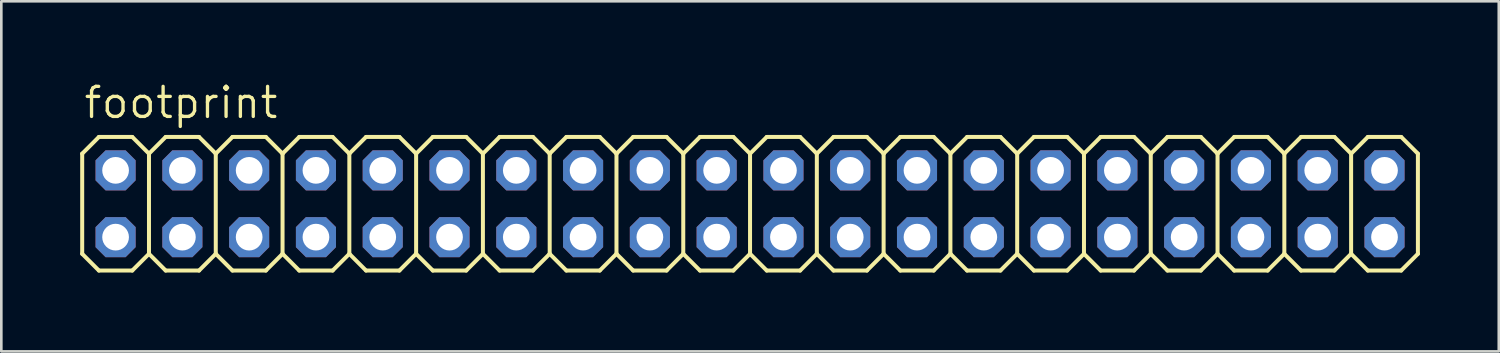
<source format=kicad_pcb>
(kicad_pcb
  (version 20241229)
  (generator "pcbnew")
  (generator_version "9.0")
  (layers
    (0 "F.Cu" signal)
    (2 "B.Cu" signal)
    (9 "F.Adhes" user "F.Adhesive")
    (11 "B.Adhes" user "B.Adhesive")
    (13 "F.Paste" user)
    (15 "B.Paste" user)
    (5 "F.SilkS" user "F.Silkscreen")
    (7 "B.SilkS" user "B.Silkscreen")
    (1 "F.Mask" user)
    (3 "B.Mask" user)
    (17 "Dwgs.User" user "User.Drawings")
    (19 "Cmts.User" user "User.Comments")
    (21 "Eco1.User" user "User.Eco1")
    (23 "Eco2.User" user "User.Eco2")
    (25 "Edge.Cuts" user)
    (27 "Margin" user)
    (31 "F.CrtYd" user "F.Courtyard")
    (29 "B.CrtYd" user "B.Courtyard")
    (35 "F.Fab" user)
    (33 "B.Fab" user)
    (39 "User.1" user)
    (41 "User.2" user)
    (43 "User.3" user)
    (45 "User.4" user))
  (footprint "footprint"
    (layer "F.Cu")
    (at 25.476 4.699)
    (property "Reference" "footprint" (at -25.4 -3.175 0) (layer "F.SilkS") (effects (font (size 1.143 1.143) (thickness 0.127)) (justify left bottom)))
    (fp_line (start -25.4 -1.905) (end -24.765 -2.54) (stroke (width 0.152) (type solid)) (layer "F.SilkS"))
    (fp_line (start -25.4 1.905) (end -25.4 -1.905) (stroke (width 0.152) (type solid)) (layer "F.SilkS"))
    (fp_line (start -25.4 1.905) (end -24.765 2.54) (stroke (width 0.152) (type solid)) (layer "F.SilkS"))
    (fp_line (start -24.765 -2.54) (end -23.495 -2.54) (stroke (width 0.152) (type solid)) (layer "F.SilkS"))
    (fp_line (start -24.765 2.54) (end -23.495 2.54) (stroke (width 0.152) (type solid)) (layer "F.SilkS"))
    (fp_line (start -23.495 -2.54) (end -22.86 -1.905) (stroke (width 0.152) (type solid)) (layer "F.SilkS"))
    (fp_line (start -23.495 2.54) (end -22.86 1.905) (stroke (width 0.152) (type solid)) (layer "F.SilkS"))
    (fp_line (start -22.86 -1.905) (end -22.86 1.905) (stroke (width 0.152) (type solid)) (layer "F.SilkS"))
    (fp_line (start -22.86 -1.905) (end -22.225 -2.54) (stroke (width 0.152) (type solid)) (layer "F.SilkS"))
    (fp_line (start -22.86 1.905) (end -22.225 2.54) (stroke (width 0.152) (type solid)) (layer "F.SilkS"))
    (fp_line (start -22.225 -2.54) (end -20.955 -2.54) (stroke (width 0.152) (type solid)) (layer "F.SilkS"))
    (fp_line (start -22.225 2.54) (end -20.955 2.54) (stroke (width 0.152) (type solid)) (layer "F.SilkS"))
    (fp_line (start -20.955 -2.54) (end -20.32 -1.905) (stroke (width 0.152) (type solid)) (layer "F.SilkS"))
    (fp_line (start -20.955 2.54) (end -20.32 1.905) (stroke (width 0.152) (type solid)) (layer "F.SilkS"))
    (fp_line (start -20.32 -1.905) (end -20.32 1.905) (stroke (width 0.152) (type solid)) (layer "F.SilkS"))
    (fp_line (start -20.32 -1.905) (end -19.685 -2.54) (stroke (width 0.152) (type solid)) (layer "F.SilkS"))
    (fp_line (start -20.32 1.905) (end -19.685 2.54) (stroke (width 0.152) (type solid)) (layer "F.SilkS"))
    (fp_line (start -19.685 -2.54) (end -18.415 -2.54) (stroke (width 0.152) (type solid)) (layer "F.SilkS"))
    (fp_line (start -19.685 2.54) (end -18.415 2.54) (stroke (width 0.152) (type solid)) (layer "F.SilkS"))
    (fp_line (start -18.415 -2.54) (end -17.78 -1.905) (stroke (width 0.152) (type solid)) (layer "F.SilkS"))
    (fp_line (start -18.415 2.54) (end -17.78 1.905) (stroke (width 0.152) (type solid)) (layer "F.SilkS"))
    (fp_line (start -17.78 -1.905) (end -17.78 1.905) (stroke (width 0.152) (type solid)) (layer "F.SilkS"))
    (fp_line (start -17.78 -1.905) (end -17.145 -2.54) (stroke (width 0.152) (type solid)) (layer "F.SilkS"))
    (fp_line (start -17.78 1.905) (end -17.145 2.54) (stroke (width 0.152) (type solid)) (layer "F.SilkS"))
    (fp_line (start -17.145 -2.54) (end -15.875 -2.54) (stroke (width 0.152) (type solid)) (layer "F.SilkS"))
    (fp_line (start -17.145 2.54) (end -15.875 2.54) (stroke (width 0.152) (type solid)) (layer "F.SilkS"))
    (fp_line (start -15.875 -2.54) (end -15.24 -1.905) (stroke (width 0.152) (type solid)) (layer "F.SilkS"))
    (fp_line (start -15.875 2.54) (end -15.24 1.905) (stroke (width 0.152) (type solid)) (layer "F.SilkS"))
    (fp_line (start -15.24 -1.905) (end -15.24 1.905) (stroke (width 0.152) (type solid)) (layer "F.SilkS"))
    (fp_line (start -15.24 -1.905) (end -14.605 -2.54) (stroke (width 0.152) (type solid)) (layer "F.SilkS"))
    (fp_line (start -15.24 1.905) (end -14.605 2.54) (stroke (width 0.152) (type solid)) (layer "F.SilkS"))
    (fp_line (start -14.605 -2.54) (end -13.335 -2.54) (stroke (width 0.152) (type solid)) (layer "F.SilkS"))
    (fp_line (start -14.605 2.54) (end -13.335 2.54) (stroke (width 0.152) (type solid)) (layer "F.SilkS"))
    (fp_line (start -13.335 -2.54) (end -12.7 -1.905) (stroke (width 0.152) (type solid)) (layer "F.SilkS"))
    (fp_line (start -13.335 2.54) (end -12.7 1.905) (stroke (width 0.152) (type solid)) (layer "F.SilkS"))
    (fp_line (start -12.7 -1.905) (end -12.7 1.905) (stroke (width 0.152) (type solid)) (layer "F.SilkS"))
    (fp_line (start -12.7 -1.905) (end -12.065 -2.54) (stroke (width 0.152) (type solid)) (layer "F.SilkS"))
    (fp_line (start -12.7 1.905) (end -12.065 2.54) (stroke (width 0.152) (type solid)) (layer "F.SilkS"))
    (fp_line (start -12.065 -2.54) (end -10.795 -2.54) (stroke (width 0.152) (type solid)) (layer "F.SilkS"))
    (fp_line (start -12.065 2.54) (end -10.795 2.54) (stroke (width 0.152) (type solid)) (layer "F.SilkS"))
    (fp_line (start -10.795 -2.54) (end -10.16 -1.905) (stroke (width 0.152) (type solid)) (layer "F.SilkS"))
    (fp_line (start -10.795 2.54) (end -10.16 1.905) (stroke (width 0.152) (type solid)) (layer "F.SilkS"))
    (fp_line (start -10.16 -1.905) (end -10.16 1.905) (stroke (width 0.152) (type solid)) (layer "F.SilkS"))
    (fp_line (start -10.16 -1.905) (end -9.525 -2.54) (stroke (width 0.152) (type solid)) (layer "F.SilkS"))
    (fp_line (start -10.16 1.905) (end -9.525 2.54) (stroke (width 0.152) (type solid)) (layer "F.SilkS"))
    (fp_line (start -9.525 -2.54) (end -8.255 -2.54) (stroke (width 0.152) (type solid)) (layer "F.SilkS"))
    (fp_line (start -8.255 -2.54) (end -7.62 -1.905) (stroke (width 0.152) (type solid)) (layer "F.SilkS"))
    (fp_line (start -8.255 2.54) (end -9.525 2.54) (stroke (width 0.152) (type solid)) (layer "F.SilkS"))
    (fp_line (start -7.62 -1.905) (end -7.62 1.905) (stroke (width 0.152) (type solid)) (layer "F.SilkS"))
    (fp_line (start -7.62 -1.905) (end -6.985 -2.54) (stroke (width 0.152) (type solid)) (layer "F.SilkS"))
    (fp_line (start -7.62 1.905) (end -8.255 2.54) (stroke (width 0.152) (type solid)) (layer "F.SilkS"))
    (fp_line (start -7.62 1.905) (end -6.985 2.54) (stroke (width 0.152) (type solid)) (layer "F.SilkS"))
    (fp_line (start -6.985 -2.54) (end -5.715 -2.54) (stroke (width 0.152) (type solid)) (layer "F.SilkS"))
    (fp_line (start -5.715 -2.54) (end -5.08 -1.905) (stroke (width 0.152) (type solid)) (layer "F.SilkS"))
    (fp_line (start -5.715 2.54) (end -6.985 2.54) (stroke (width 0.152) (type solid)) (layer "F.SilkS"))
    (fp_line (start -5.08 -1.905) (end -5.08 1.905) (stroke (width 0.152) (type solid)) (layer "F.SilkS"))
    (fp_line (start -5.08 -1.905) (end -4.445 -2.54) (stroke (width 0.152) (type solid)) (layer "F.SilkS"))
    (fp_line (start -5.08 1.905) (end -5.715 2.54) (stroke (width 0.152) (type solid)) (layer "F.SilkS"))
    (fp_line (start -5.08 1.905) (end -4.445 2.54) (stroke (width 0.152) (type solid)) (layer "F.SilkS"))
    (fp_line (start -4.445 -2.54) (end -3.175 -2.54) (stroke (width 0.152) (type solid)) (layer "F.SilkS"))
    (fp_line (start -3.175 -2.54) (end -2.54 -1.905) (stroke (width 0.152) (type solid)) (layer "F.SilkS"))
    (fp_line (start -3.175 2.54) (end -4.445 2.54) (stroke (width 0.152) (type solid)) (layer "F.SilkS"))
    (fp_line (start -2.54 -1.905) (end -2.54 1.905) (stroke (width 0.152) (type solid)) (layer "F.SilkS"))
    (fp_line (start -2.54 -1.905) (end -1.905 -2.54) (stroke (width 0.152) (type solid)) (layer "F.SilkS"))
    (fp_line (start -2.54 1.905) (end -3.175 2.54) (stroke (width 0.152) (type solid)) (layer "F.SilkS"))
    (fp_line (start -2.54 1.905) (end -1.905 2.54) (stroke (width 0.152) (type solid)) (layer "F.SilkS"))
    (fp_line (start -1.905 -2.54) (end -0.635 -2.54) (stroke (width 0.152) (type solid)) (layer "F.SilkS"))
    (fp_line (start -0.635 -2.54) (end 0 -1.905) (stroke (width 0.152) (type solid)) (layer "F.SilkS"))
    (fp_line (start -0.635 2.54) (end -1.905 2.54) (stroke (width 0.152) (type solid)) (layer "F.SilkS"))
    (fp_line (start 0 -1.905) (end 0 1.905) (stroke (width 0.152) (type solid)) (layer "F.SilkS"))
    (fp_line (start 0 -1.905) (end 0.635 -2.54) (stroke (width 0.152) (type solid)) (layer "F.SilkS"))
    (fp_line (start 0 1.905) (end -0.635 2.54) (stroke (width 0.152) (type solid)) (layer "F.SilkS"))
    (fp_line (start 0 1.905) (end 0.635 2.54) (stroke (width 0.152) (type solid)) (layer "F.SilkS"))
    (fp_line (start 0.635 -2.54) (end 1.905 -2.54) (stroke (width 0.152) (type solid)) (layer "F.SilkS"))
    (fp_line (start 1.905 -2.54) (end 2.54 -1.905) (stroke (width 0.152) (type solid)) (layer "F.SilkS"))
    (fp_line (start 1.905 2.54) (end 0.635 2.54) (stroke (width 0.152) (type solid)) (layer "F.SilkS"))
    (fp_line (start 2.54 -1.905) (end 2.54 1.905) (stroke (width 0.152) (type solid)) (layer "F.SilkS"))
    (fp_line (start 2.54 -1.905) (end 3.175 -2.54) (stroke (width 0.152) (type solid)) (layer "F.SilkS"))
    (fp_line (start 2.54 1.905) (end 1.905 2.54) (stroke (width 0.152) (type solid)) (layer "F.SilkS"))
    (fp_line (start 2.54 1.905) (end 3.175 2.54) (stroke (width 0.152) (type solid)) (layer "F.SilkS"))
    (fp_line (start 3.175 -2.54) (end 4.445 -2.54) (stroke (width 0.152) (type solid)) (layer "F.SilkS"))
    (fp_line (start 4.445 2.54) (end 3.175 2.54) (stroke (width 0.152) (type solid)) (layer "F.SilkS"))
    (fp_line (start 5.08 -1.905) (end 4.445 -2.54) (stroke (width 0.152) (type solid)) (layer "F.SilkS"))
    (fp_line (start 5.08 -1.905) (end 5.08 1.905) (stroke (width 0.152) (type solid)) (layer "F.SilkS"))
    (fp_line (start 5.08 -1.905) (end 5.715 -2.54) (stroke (width 0.152) (type solid)) (layer "F.SilkS"))
    (fp_line (start 5.08 1.905) (end 4.445 2.54) (stroke (width 0.152) (type solid)) (layer "F.SilkS"))
    (fp_line (start 5.08 1.905) (end 5.715 2.54) (stroke (width 0.152) (type solid)) (layer "F.SilkS"))
    (fp_line (start 6.985 -2.54) (end 5.715 -2.54) (stroke (width 0.152) (type solid)) (layer "F.SilkS"))
    (fp_line (start 6.985 -2.54) (end 7.62 -1.905) (stroke (width 0.152) (type solid)) (layer "F.SilkS"))
    (fp_line (start 6.985 2.54) (end 5.715 2.54) (stroke (width 0.152) (type solid)) (layer "F.SilkS"))
    (fp_line (start 7.62 -1.905) (end 7.62 1.905) (stroke (width 0.152) (type solid)) (layer "F.SilkS"))
    (fp_line (start 7.62 -1.905) (end 8.255 -2.54) (stroke (width 0.152) (type solid)) (layer "F.SilkS"))
    (fp_line (start 7.62 1.905) (end 6.985 2.54) (stroke (width 0.152) (type solid)) (layer "F.SilkS"))
    (fp_line (start 7.62 1.905) (end 8.255 2.54) (stroke (width 0.152) (type solid)) (layer "F.SilkS"))
    (fp_line (start 9.525 -2.54) (end 8.255 -2.54) (stroke (width 0.152) (type solid)) (layer "F.SilkS"))
    (fp_line (start 9.525 -2.54) (end 10.16 -1.905) (stroke (width 0.152) (type solid)) (layer "F.SilkS"))
    (fp_line (start 9.525 2.54) (end 8.255 2.54) (stroke (width 0.152) (type solid)) (layer "F.SilkS"))
    (fp_line (start 10.16 -1.905) (end 10.16 1.905) (stroke (width 0.152) (type solid)) (layer "F.SilkS"))
    (fp_line (start 10.16 -1.905) (end 10.795 -2.54) (stroke (width 0.152) (type solid)) (layer "F.SilkS"))
    (fp_line (start 10.16 1.905) (end 9.525 2.54) (stroke (width 0.152) (type solid)) (layer "F.SilkS"))
    (fp_line (start 10.795 2.54) (end 10.16 1.905) (stroke (width 0.152) (type solid)) (layer "F.SilkS"))
    (fp_line (start 10.795 2.54) (end 12.065 2.54) (stroke (width 0.152) (type solid)) (layer "F.SilkS"))
    (fp_line (start 12.065 -2.54) (end 10.795 -2.54) (stroke (width 0.152) (type solid)) (layer "F.SilkS"))
    (fp_line (start 12.065 -2.54) (end 12.7 -1.905) (stroke (width 0.152) (type solid)) (layer "F.SilkS"))
    (fp_line (start 12.7 -1.905) (end 12.7 1.905) (stroke (width 0.152) (type solid)) (layer "F.SilkS"))
    (fp_line (start 12.7 -1.905) (end 13.335 -2.54) (stroke (width 0.152) (type solid)) (layer "F.SilkS"))
    (fp_line (start 12.7 1.905) (end 12.065 2.54) (stroke (width 0.152) (type solid)) (layer "F.SilkS"))
    (fp_line (start 13.335 2.54) (end 12.7 1.905) (stroke (width 0.152) (type solid)) (layer "F.SilkS"))
    (fp_line (start 13.335 2.54) (end 14.605 2.54) (stroke (width 0.152) (type solid)) (layer "F.SilkS"))
    (fp_line (start 14.605 -2.54) (end 13.335 -2.54) (stroke (width 0.152) (type solid)) (layer "F.SilkS"))
    (fp_line (start 14.605 -2.54) (end 15.24 -1.905) (stroke (width 0.152) (type solid)) (layer "F.SilkS"))
    (fp_line (start 15.24 -1.905) (end 15.24 1.905) (stroke (width 0.152) (type solid)) (layer "F.SilkS"))
    (fp_line (start 15.24 -1.905) (end 15.875 -2.54) (stroke (width 0.152) (type solid)) (layer "F.SilkS"))
    (fp_line (start 15.24 1.905) (end 14.605 2.54) (stroke (width 0.152) (type solid)) (layer "F.SilkS"))
    (fp_line (start 15.24 1.905) (end 15.875 2.54) (stroke (width 0.152) (type solid)) (layer "F.SilkS"))
    (fp_line (start 17.145 -2.54) (end 15.875 -2.54) (stroke (width 0.152) (type solid)) (layer "F.SilkS"))
    (fp_line (start 17.145 -2.54) (end 17.78 -1.905) (stroke (width 0.152) (type solid)) (layer "F.SilkS"))
    (fp_line (start 17.145 2.54) (end 15.875 2.54) (stroke (width 0.152) (type solid)) (layer "F.SilkS"))
    (fp_line (start 17.78 -1.905) (end 17.78 1.905) (stroke (width 0.152) (type solid)) (layer "F.SilkS"))
    (fp_line (start 17.78 -1.905) (end 18.415 -2.54) (stroke (width 0.152) (type solid)) (layer "F.SilkS"))
    (fp_line (start 17.78 1.905) (end 17.145 2.54) (stroke (width 0.152) (type solid)) (layer "F.SilkS"))
    (fp_line (start 17.78 1.905) (end 18.415 2.54) (stroke (width 0.152) (type solid)) (layer "F.SilkS"))
    (fp_line (start 19.685 -2.54) (end 18.415 -2.54) (stroke (width 0.152) (type solid)) (layer "F.SilkS"))
    (fp_line (start 19.685 -2.54) (end 20.32 -1.905) (stroke (width 0.152) (type solid)) (layer "F.SilkS"))
    (fp_line (start 19.685 2.54) (end 18.415 2.54) (stroke (width 0.152) (type solid)) (layer "F.SilkS"))
    (fp_line (start 20.32 -1.905) (end 20.32 1.905) (stroke (width 0.152) (type solid)) (layer "F.SilkS"))
    (fp_line (start 20.32 -1.905) (end 20.955 -2.54) (stroke (width 0.152) (type solid)) (layer "F.SilkS"))
    (fp_line (start 20.32 1.905) (end 19.685 2.54) (stroke (width 0.152) (type solid)) (layer "F.SilkS"))
    (fp_line (start 20.32 1.905) (end 20.955 2.54) (stroke (width 0.152) (type solid)) (layer "F.SilkS"))
    (fp_line (start 22.225 -2.54) (end 20.955 -2.54) (stroke (width 0.152) (type solid)) (layer "F.SilkS"))
    (fp_line (start 22.225 -2.54) (end 22.86 -1.905) (stroke (width 0.152) (type solid)) (layer "F.SilkS"))
    (fp_line (start 22.225 2.54) (end 20.955 2.54) (stroke (width 0.152) (type solid)) (layer "F.SilkS"))
    (fp_line (start 22.86 -1.905) (end 22.86 1.905) (stroke (width 0.152) (type solid)) (layer "F.SilkS"))
    (fp_line (start 22.86 -1.905) (end 23.495 -2.54) (stroke (width 0.152) (type solid)) (layer "F.SilkS"))
    (fp_line (start 22.86 1.905) (end 22.225 2.54) (stroke (width 0.152) (type solid)) (layer "F.SilkS"))
    (fp_line (start 22.86 1.905) (end 23.495 2.54) (stroke (width 0.152) (type solid)) (layer "F.SilkS"))
    (fp_line (start 24.765 -2.54) (end 23.495 -2.54) (stroke (width 0.152) (type solid)) (layer "F.SilkS"))
    (fp_line (start 24.765 -2.54) (end 25.4 -1.905) (stroke (width 0.152) (type solid)) (layer "F.SilkS"))
    (fp_line (start 24.765 2.54) (end 23.495 2.54) (stroke (width 0.152) (type solid)) (layer "F.SilkS"))
    (fp_line (start 25.4 -1.905) (end 25.4 1.905) (stroke (width 0.152) (type solid)) (layer "F.SilkS"))
    (fp_line (start 25.4 1.905) (end 24.765 2.54) (stroke (width 0.152) (type solid)) (layer "F.SilkS"))
    (fp_poly (pts (xy -24.384 -1.016) (xy -23.876 -1.016) (xy -23.876 -1.524) (xy -24.384 -1.524)) (stroke (width 0.1) (type solid)) (fill no) (layer "F.Fab"))
    (fp_poly (pts (xy -24.384 1.524) (xy -23.876 1.524) (xy -23.876 1.016) (xy -24.384 1.016)) (stroke (width 0.1) (type solid)) (fill no) (layer "F.Fab"))
    (fp_poly (pts (xy -21.844 -1.016) (xy -21.336 -1.016) (xy -21.336 -1.524) (xy -21.844 -1.524)) (stroke (width 0.1) (type solid)) (fill no) (layer "F.Fab"))
    (fp_poly (pts (xy -21.844 1.524) (xy -21.336 1.524) (xy -21.336 1.016) (xy -21.844 1.016)) (stroke (width 0.1) (type solid)) (fill no) (layer "F.Fab"))
    (fp_poly (pts (xy -19.304 -1.016) (xy -18.796 -1.016) (xy -18.796 -1.524) (xy -19.304 -1.524)) (stroke (width 0.1) (type solid)) (fill no) (layer "F.Fab"))
    (fp_poly (pts (xy -19.304 1.524) (xy -18.796 1.524) (xy -18.796 1.016) (xy -19.304 1.016)) (stroke (width 0.1) (type solid)) (fill no) (layer "F.Fab"))
    (fp_poly (pts (xy -16.764 -1.016) (xy -16.256 -1.016) (xy -16.256 -1.524) (xy -16.764 -1.524)) (stroke (width 0.1) (type solid)) (fill no) (layer "F.Fab"))
    (fp_poly (pts (xy -16.764 1.524) (xy -16.256 1.524) (xy -16.256 1.016) (xy -16.764 1.016)) (stroke (width 0.1) (type solid)) (fill no) (layer "F.Fab"))
    (fp_poly (pts (xy -14.224 -1.016) (xy -13.716 -1.016) (xy -13.716 -1.524) (xy -14.224 -1.524)) (stroke (width 0.1) (type solid)) (fill no) (layer "F.Fab"))
    (fp_poly (pts (xy -14.224 1.524) (xy -13.716 1.524) (xy -13.716 1.016) (xy -14.224 1.016)) (stroke (width 0.1) (type solid)) (fill no) (layer "F.Fab"))
    (fp_poly (pts (xy -11.684 -1.016) (xy -11.176 -1.016) (xy -11.176 -1.524) (xy -11.684 -1.524)) (stroke (width 0.1) (type solid)) (fill no) (layer "F.Fab"))
    (fp_poly (pts (xy -11.684 1.524) (xy -11.176 1.524) (xy -11.176 1.016) (xy -11.684 1.016)) (stroke (width 0.1) (type solid)) (fill no) (layer "F.Fab"))
    (fp_poly (pts (xy -9.144 -1.016) (xy -8.636 -1.016) (xy -8.636 -1.524) (xy -9.144 -1.524)) (stroke (width 0.1) (type solid)) (fill no) (layer "F.Fab"))
    (fp_poly (pts (xy -9.144 1.524) (xy -8.636 1.524) (xy -8.636 1.016) (xy -9.144 1.016)) (stroke (width 0.1) (type solid)) (fill no) (layer "F.Fab"))
    (fp_poly (pts (xy -6.604 -1.016) (xy -6.096 -1.016) (xy -6.096 -1.524) (xy -6.604 -1.524)) (stroke (width 0.1) (type solid)) (fill no) (layer "F.Fab"))
    (fp_poly (pts (xy -6.604 1.524) (xy -6.096 1.524) (xy -6.096 1.016) (xy -6.604 1.016)) (stroke (width 0.1) (type solid)) (fill no) (layer "F.Fab"))
    (fp_poly (pts (xy -4.064 -1.016) (xy -3.556 -1.016) (xy -3.556 -1.524) (xy -4.064 -1.524)) (stroke (width 0.1) (type solid)) (fill no) (layer "F.Fab"))
    (fp_poly (pts (xy -4.064 1.524) (xy -3.556 1.524) (xy -3.556 1.016) (xy -4.064 1.016)) (stroke (width 0.1) (type solid)) (fill no) (layer "F.Fab"))
    (fp_poly (pts (xy -1.524 -1.016) (xy -1.016 -1.016) (xy -1.016 -1.524) (xy -1.524 -1.524)) (stroke (width 0.1) (type solid)) (fill no) (layer "F.Fab"))
    (fp_poly (pts (xy -1.524 1.524) (xy -1.016 1.524) (xy -1.016 1.016) (xy -1.524 1.016)) (stroke (width 0.1) (type solid)) (fill no) (layer "F.Fab"))
    (fp_poly (pts (xy 1.016 -1.016) (xy 1.524 -1.016) (xy 1.524 -1.524) (xy 1.016 -1.524)) (stroke (width 0.1) (type solid)) (fill no) (layer "F.Fab"))
    (fp_poly (pts (xy 1.016 1.524) (xy 1.524 1.524) (xy 1.524 1.016) (xy 1.016 1.016)) (stroke (width 0.1) (type solid)) (fill no) (layer "F.Fab"))
    (fp_poly (pts (xy 3.556 -1.016) (xy 4.064 -1.016) (xy 4.064 -1.524) (xy 3.556 -1.524)) (stroke (width 0.1) (type solid)) (fill no) (layer "F.Fab"))
    (fp_poly (pts (xy 3.556 1.524) (xy 4.064 1.524) (xy 4.064 1.016) (xy 3.556 1.016)) (stroke (width 0.1) (type solid)) (fill no) (layer "F.Fab"))
    (fp_poly (pts (xy 6.096 -1.016) (xy 6.604 -1.016) (xy 6.604 -1.524) (xy 6.096 -1.524)) (stroke (width 0.1) (type solid)) (fill no) (layer "F.Fab"))
    (fp_poly (pts (xy 6.096 1.524) (xy 6.604 1.524) (xy 6.604 1.016) (xy 6.096 1.016)) (stroke (width 0.1) (type solid)) (fill no) (layer "F.Fab"))
    (fp_poly (pts (xy 8.636 -1.016) (xy 9.144 -1.016) (xy 9.144 -1.524) (xy 8.636 -1.524)) (stroke (width 0.1) (type solid)) (fill no) (layer "F.Fab"))
    (fp_poly (pts (xy 8.636 1.524) (xy 9.144 1.524) (xy 9.144 1.016) (xy 8.636 1.016)) (stroke (width 0.1) (type solid)) (fill no) (layer "F.Fab"))
    (fp_poly (pts (xy 11.176 -1.016) (xy 11.684 -1.016) (xy 11.684 -1.524) (xy 11.176 -1.524)) (stroke (width 0.1) (type solid)) (fill no) (layer "F.Fab"))
    (fp_poly (pts (xy 11.176 1.524) (xy 11.684 1.524) (xy 11.684 1.016) (xy 11.176 1.016)) (stroke (width 0.1) (type solid)) (fill no) (layer "F.Fab"))
    (fp_poly (pts (xy 13.716 -1.016) (xy 14.224 -1.016) (xy 14.224 -1.524) (xy 13.716 -1.524)) (stroke (width 0.1) (type solid)) (fill no) (layer "F.Fab"))
    (fp_poly (pts (xy 13.716 1.524) (xy 14.224 1.524) (xy 14.224 1.016) (xy 13.716 1.016)) (stroke (width 0.1) (type solid)) (fill no) (layer "F.Fab"))
    (fp_poly (pts (xy 16.256 -1.016) (xy 16.764 -1.016) (xy 16.764 -1.524) (xy 16.256 -1.524)) (stroke (width 0.1) (type solid)) (fill no) (layer "F.Fab"))
    (fp_poly (pts (xy 16.256 1.524) (xy 16.764 1.524) (xy 16.764 1.016) (xy 16.256 1.016)) (stroke (width 0.1) (type solid)) (fill no) (layer "F.Fab"))
    (fp_poly (pts (xy 18.796 -1.016) (xy 19.304 -1.016) (xy 19.304 -1.524) (xy 18.796 -1.524)) (stroke (width 0.1) (type solid)) (fill no) (layer "F.Fab"))
    (fp_poly (pts (xy 18.796 1.524) (xy 19.304 1.524) (xy 19.304 1.016) (xy 18.796 1.016)) (stroke (width 0.1) (type solid)) (fill no) (layer "F.Fab"))
    (fp_poly (pts (xy 21.336 -1.016) (xy 21.844 -1.016) (xy 21.844 -1.524) (xy 21.336 -1.524)) (stroke (width 0.1) (type solid)) (fill no) (layer "F.Fab"))
    (fp_poly (pts (xy 21.336 1.524) (xy 21.844 1.524) (xy 21.844 1.016) (xy 21.336 1.016)) (stroke (width 0.1) (type solid)) (fill no) (layer "F.Fab"))
    (fp_poly (pts (xy 23.876 -1.016) (xy 24.384 -1.016) (xy 24.384 -1.524) (xy 23.876 -1.524)) (stroke (width 0.1) (type solid)) (fill no) (layer "F.Fab"))
    (fp_poly (pts (xy 23.876 1.524) (xy 24.384 1.524) (xy 24.384 1.016) (xy 23.876 1.016)) (stroke (width 0.1) (type solid)) (fill no) (layer "F.Fab"))
    (pad "1" thru_hole roundrect (at -24.13 1.27) (size 1.524 1.524) (drill 1.016) (layers "*.Cu" "*.Mask") (roundrect_rratio 0.25) (chamfer_ratio 0.25) (chamfer top_left top_right bottom_left bottom_right))
    (pad "2" thru_hole roundrect (at -24.13 -1.27) (size 1.524 1.524) (drill 1.016) (layers "*.Cu" "*.Mask") (roundrect_rratio 0.25) (chamfer_ratio 0.25) (chamfer top_left top_right bottom_left bottom_right))
    (pad "3" thru_hole roundrect (at -21.59 1.27) (size 1.524 1.524) (drill 1.016) (layers "*.Cu" "*.Mask") (roundrect_rratio 0.25) (chamfer_ratio 0.25) (chamfer top_left top_right bottom_left bottom_right))
    (pad "4" thru_hole roundrect (at -21.59 -1.27) (size 1.524 1.524) (drill 1.016) (layers "*.Cu" "*.Mask") (roundrect_rratio 0.25) (chamfer_ratio 0.25) (chamfer top_left top_right bottom_left bottom_right))
    (pad "5" thru_hole roundrect (at -19.05 1.27) (size 1.524 1.524) (drill 1.016) (layers "*.Cu" "*.Mask") (roundrect_rratio 0.25) (chamfer_ratio 0.25) (chamfer top_left top_right bottom_left bottom_right))
    (pad "6" thru_hole roundrect (at -19.05 -1.27) (size 1.524 1.524) (drill 1.016) (layers "*.Cu" "*.Mask") (roundrect_rratio 0.25) (chamfer_ratio 0.25) (chamfer top_left top_right bottom_left bottom_right))
    (pad "7" thru_hole roundrect (at -16.51 1.27) (size 1.524 1.524) (drill 1.016) (layers "*.Cu" "*.Mask") (roundrect_rratio 0.25) (chamfer_ratio 0.25) (chamfer top_left top_right bottom_left bottom_right))
    (pad "8" thru_hole roundrect (at -16.51 -1.27) (size 1.524 1.524) (drill 1.016) (layers "*.Cu" "*.Mask") (roundrect_rratio 0.25) (chamfer_ratio 0.25) (chamfer top_left top_right bottom_left bottom_right))
    (pad "9" thru_hole roundrect (at -13.97 1.27) (size 1.524 1.524) (drill 1.016) (layers "*.Cu" "*.Mask") (roundrect_rratio 0.25) (chamfer_ratio 0.25) (chamfer top_left top_right bottom_left bottom_right))
    (pad "10" thru_hole roundrect (at -13.97 -1.27) (size 1.524 1.524) (drill 1.016) (layers "*.Cu" "*.Mask") (roundrect_rratio 0.25) (chamfer_ratio 0.25) (chamfer top_left top_right bottom_left bottom_right))
    (pad "11" thru_hole roundrect (at -11.43 1.27) (size 1.524 1.524) (drill 1.016) (layers "*.Cu" "*.Mask") (roundrect_rratio 0.25) (chamfer_ratio 0.25) (chamfer top_left top_right bottom_left bottom_right))
    (pad "12" thru_hole roundrect (at -11.43 -1.27) (size 1.524 1.524) (drill 1.016) (layers "*.Cu" "*.Mask") (roundrect_rratio 0.25) (chamfer_ratio 0.25) (chamfer top_left top_right bottom_left bottom_right))
    (pad "13" thru_hole roundrect (at -8.89 1.27) (size 1.524 1.524) (drill 1.016) (layers "*.Cu" "*.Mask") (roundrect_rratio 0.25) (chamfer_ratio 0.25) (chamfer top_left top_right bottom_left bottom_right))
    (pad "14" thru_hole roundrect (at -8.89 -1.27) (size 1.524 1.524) (drill 1.016) (layers "*.Cu" "*.Mask") (roundrect_rratio 0.25) (chamfer_ratio 0.25) (chamfer top_left top_right bottom_left bottom_right))
    (pad "15" thru_hole roundrect (at -6.35 1.27) (size 1.524 1.524) (drill 1.016) (layers "*.Cu" "*.Mask") (roundrect_rratio 0.25) (chamfer_ratio 0.25) (chamfer top_left top_right bottom_left bottom_right))
    (pad "16" thru_hole roundrect (at -6.35 -1.27) (size 1.524 1.524) (drill 1.016) (layers "*.Cu" "*.Mask") (roundrect_rratio 0.25) (chamfer_ratio 0.25) (chamfer top_left top_right bottom_left bottom_right))
    (pad "17" thru_hole roundrect (at -3.81 1.27) (size 1.524 1.524) (drill 1.016) (layers "*.Cu" "*.Mask") (roundrect_rratio 0.25) (chamfer_ratio 0.25) (chamfer top_left top_right bottom_left bottom_right))
    (pad "18" thru_hole roundrect (at -3.81 -1.27) (size 1.524 1.524) (drill 1.016) (layers "*.Cu" "*.Mask") (roundrect_rratio 0.25) (chamfer_ratio 0.25) (chamfer top_left top_right bottom_left bottom_right))
    (pad "19" thru_hole roundrect (at -1.27 1.27) (size 1.524 1.524) (drill 1.016) (layers "*.Cu" "*.Mask") (roundrect_rratio 0.25) (chamfer_ratio 0.25) (chamfer top_left top_right bottom_left bottom_right))
    (pad "20" thru_hole roundrect (at -1.27 -1.27) (size 1.524 1.524) (drill 1.016) (layers "*.Cu" "*.Mask") (roundrect_rratio 0.25) (chamfer_ratio 0.25) (chamfer top_left top_right bottom_left bottom_right))
    (pad "21" thru_hole roundrect (at 1.27 1.27) (size 1.524 1.524) (drill 1.016) (layers "*.Cu" "*.Mask") (roundrect_rratio 0.25) (chamfer_ratio 0.25) (chamfer top_left top_right bottom_left bottom_right))
    (pad "22" thru_hole roundrect (at 1.27 -1.27) (size 1.524 1.524) (drill 1.016) (layers "*.Cu" "*.Mask") (roundrect_rratio 0.25) (chamfer_ratio 0.25) (chamfer top_left top_right bottom_left bottom_right))
    (pad "23" thru_hole roundrect (at 3.81 1.27) (size 1.524 1.524) (drill 1.016) (layers "*.Cu" "*.Mask") (roundrect_rratio 0.25) (chamfer_ratio 0.25) (chamfer top_left top_right bottom_left bottom_right))
    (pad "24" thru_hole roundrect (at 3.81 -1.27) (size 1.524 1.524) (drill 1.016) (layers "*.Cu" "*.Mask") (roundrect_rratio 0.25) (chamfer_ratio 0.25) (chamfer top_left top_right bottom_left bottom_right))
    (pad "25" thru_hole roundrect (at 6.35 1.27) (size 1.524 1.524) (drill 1.016) (layers "*.Cu" "*.Mask") (roundrect_rratio 0.25) (chamfer_ratio 0.25) (chamfer top_left top_right bottom_left bottom_right))
    (pad "26" thru_hole roundrect (at 6.35 -1.27) (size 1.524 1.524) (drill 1.016) (layers "*.Cu" "*.Mask") (roundrect_rratio 0.25) (chamfer_ratio 0.25) (chamfer top_left top_right bottom_left bottom_right))
    (pad "27" thru_hole roundrect (at 8.89 1.27) (size 1.524 1.524) (drill 1.016) (layers "*.Cu" "*.Mask") (roundrect_rratio 0.25) (chamfer_ratio 0.25) (chamfer top_left top_right bottom_left bottom_right))
    (pad "28" thru_hole roundrect (at 8.89 -1.27) (size 1.524 1.524) (drill 1.016) (layers "*.Cu" "*.Mask") (roundrect_rratio 0.25) (chamfer_ratio 0.25) (chamfer top_left top_right bottom_left bottom_right))
    (pad "29" thru_hole roundrect (at 11.43 1.27) (size 1.524 1.524) (drill 1.016) (layers "*.Cu" "*.Mask") (roundrect_rratio 0.25) (chamfer_ratio 0.25) (chamfer top_left top_right bottom_left bottom_right))
    (pad "30" thru_hole roundrect (at 11.43 -1.27) (size 1.524 1.524) (drill 1.016) (layers "*.Cu" "*.Mask") (roundrect_rratio 0.25) (chamfer_ratio 0.25) (chamfer top_left top_right bottom_left bottom_right))
    (pad "31" thru_hole roundrect (at 13.97 1.27) (size 1.524 1.524) (drill 1.016) (layers "*.Cu" "*.Mask") (roundrect_rratio 0.25) (chamfer_ratio 0.25) (chamfer top_left top_right bottom_left bottom_right))
    (pad "32" thru_hole roundrect (at 13.97 -1.27) (size 1.524 1.524) (drill 1.016) (layers "*.Cu" "*.Mask") (roundrect_rratio 0.25) (chamfer_ratio 0.25) (chamfer top_left top_right bottom_left bottom_right))
    (pad "33" thru_hole roundrect (at 16.51 1.27) (size 1.524 1.524) (drill 1.016) (layers "*.Cu" "*.Mask") (roundrect_rratio 0.25) (chamfer_ratio 0.25) (chamfer top_left top_right bottom_left bottom_right))
    (pad "34" thru_hole roundrect (at 16.51 -1.27) (size 1.524 1.524) (drill 1.016) (layers "*.Cu" "*.Mask") (roundrect_rratio 0.25) (chamfer_ratio 0.25) (chamfer top_left top_right bottom_left bottom_right))
    (pad "35" thru_hole roundrect (at 19.05 1.27) (size 1.524 1.524) (drill 1.016) (layers "*.Cu" "*.Mask") (roundrect_rratio 0.25) (chamfer_ratio 0.25) (chamfer top_left top_right bottom_left bottom_right))
    (pad "36" thru_hole roundrect (at 19.05 -1.27) (size 1.524 1.524) (drill 1.016) (layers "*.Cu" "*.Mask") (roundrect_rratio 0.25) (chamfer_ratio 0.25) (chamfer top_left top_right bottom_left bottom_right))
    (pad "37" thru_hole roundrect (at 21.59 1.27) (size 1.524 1.524) (drill 1.016) (layers "*.Cu" "*.Mask") (roundrect_rratio 0.25) (chamfer_ratio 0.25) (chamfer top_left top_right bottom_left bottom_right))
    (pad "38" thru_hole roundrect (at 21.59 -1.27) (size 1.524 1.524) (drill 1.016) (layers "*.Cu" "*.Mask") (roundrect_rratio 0.25) (chamfer_ratio 0.25) (chamfer top_left top_right bottom_left bottom_right))
    (pad "39" thru_hole roundrect (at 24.13 1.27) (size 1.524 1.524) (drill 1.016) (layers "*.Cu" "*.Mask") (roundrect_rratio 0.25) (chamfer_ratio 0.25) (chamfer top_left top_right bottom_left bottom_right))
    (pad "40" thru_hole roundrect (at 24.13 -1.27) (size 1.524 1.524) (drill 1.016) (layers "*.Cu" "*.Mask") (roundrect_rratio 0.25) (chamfer_ratio 0.25) (chamfer top_left top_right bottom_left bottom_right)))
  (gr_rect
    (start -3 -3)
    (end 53.952 10.315)
    (stroke (width 0.1) (type default))
    (fill no)
    (layer "Edge.Cuts")))
</source>
